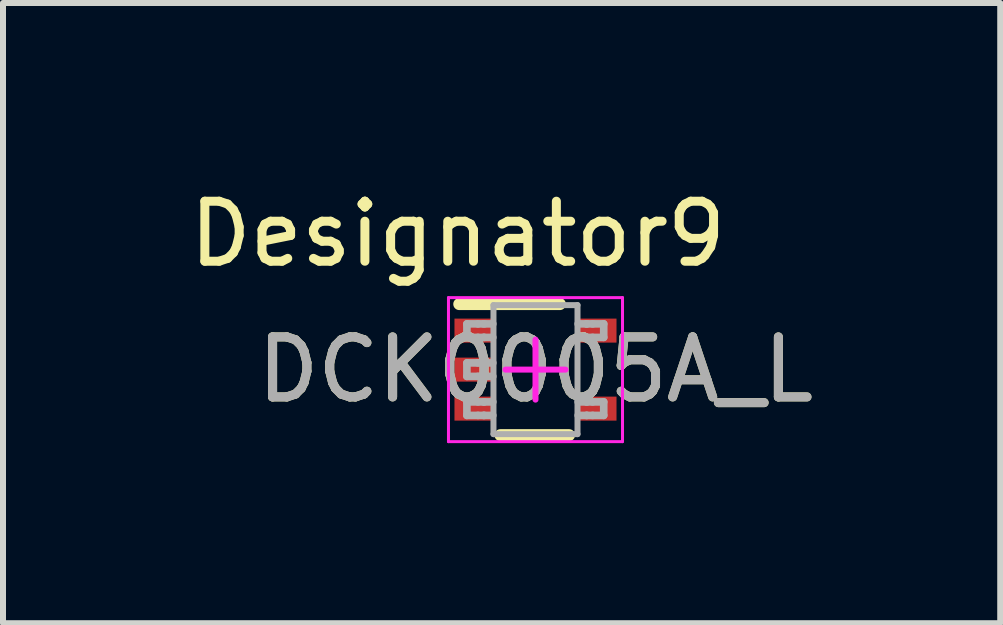
<source format=kicad_pcb>
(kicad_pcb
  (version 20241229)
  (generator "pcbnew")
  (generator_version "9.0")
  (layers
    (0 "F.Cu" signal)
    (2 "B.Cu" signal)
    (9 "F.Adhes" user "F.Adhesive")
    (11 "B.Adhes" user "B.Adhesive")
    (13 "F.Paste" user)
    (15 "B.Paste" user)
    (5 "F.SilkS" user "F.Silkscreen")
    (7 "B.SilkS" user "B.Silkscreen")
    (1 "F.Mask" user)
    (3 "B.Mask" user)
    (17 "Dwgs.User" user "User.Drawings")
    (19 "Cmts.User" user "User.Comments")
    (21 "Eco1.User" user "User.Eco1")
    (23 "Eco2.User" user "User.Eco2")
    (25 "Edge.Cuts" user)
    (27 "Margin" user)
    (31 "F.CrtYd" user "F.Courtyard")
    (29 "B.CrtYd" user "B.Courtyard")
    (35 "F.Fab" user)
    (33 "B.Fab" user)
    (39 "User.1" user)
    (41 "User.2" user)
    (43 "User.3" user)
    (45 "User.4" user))
  (footprint "DCK0005A_L"
    (layer "F.Cu")
    (at 5.873 3.109)
    (property "Reference" "DCK0005A_L" (at 0 0 0) (unlocked yes) (layer "F.SilkS") (effects (font (size 1 1) (thickness 0.15))))
    (attr smd)
    (fp_line (start -1.27 -1.092) (end 0.406 -1.092) (stroke (width 0.2) (type solid)) (layer "F.SilkS"))
    (fp_line (start -0.584 1.092) (end 0.559 1.092) (stroke (width 0.2) (type solid)) (layer "F.SilkS"))
    (fp_line (start -1.45 -1.2) (end 1.45 -1.2) (stroke (width 0.05) (type solid)) (layer "F.CrtYd"))
    (fp_line (start -1.45 1.2) (end -1.45 -1.2) (stroke (width 0.05) (type solid)) (layer "F.CrtYd"))
    (fp_line (start -1.45 1.2) (end 1.45 1.2) (stroke (width 0.05) (type solid)) (layer "F.CrtYd"))
    (fp_line (start -0.5 0) (end 0.5 0) (stroke (width 0.1) (type solid)) (layer "F.CrtYd"))
    (fp_line (start -0.000003 0.5) (end -0.000003 -0.5) (stroke (width 0.1) (type solid)) (layer "F.CrtYd"))
    (fp_line (start 1.45 1.2) (end 1.45 -1.2) (stroke (width 0.05) (type solid)) (layer "F.CrtYd"))
    (fp_line (start -1.143 -0.762) (end -0.959 -0.762) (stroke (width 0.127) (type solid)) (layer "F.Fab"))
    (fp_line (start -1.143 -0.537) (end -1.143 -0.762) (stroke (width 0.127) (type solid)) (layer "F.Fab"))
    (fp_line (start -1.143 -0.537) (end -0.959 -0.537) (stroke (width 0.127) (type solid)) (layer "F.Fab"))
    (fp_line (start -1.143 -0.112) (end -0.959 -0.112) (stroke (width 0.127) (type solid)) (layer "F.Fab"))
    (fp_line (start -1.143 0.113) (end -1.143 -0.112) (stroke (width 0.127) (type solid)) (layer "F.Fab"))
    (fp_line (start -1.143 0.113) (end -0.959 0.113) (stroke (width 0.127) (type solid)) (layer "F.Fab"))
    (fp_line (start -1.143 0.538) (end -0.959 0.538) (stroke (width 0.127) (type solid)) (layer "F.Fab"))
    (fp_line (start -1.143 0.763) (end -1.143 0.538) (stroke (width 0.127) (type solid)) (layer "F.Fab"))
    (fp_line (start -1.143 0.763) (end -0.959 0.763) (stroke (width 0.127) (type solid)) (layer "F.Fab"))
    (fp_line (start -0.959 -0.762) (end -0.711 -0.762) (stroke (width 0.127) (type solid)) (layer "F.Fab"))
    (fp_line (start -0.959 -0.537) (end -0.865 -0.537) (stroke (width 0.127) (type solid)) (layer "F.Fab"))
    (fp_line (start -0.959 -0.112) (end -0.865 -0.112) (stroke (width 0.127) (type solid)) (layer "F.Fab"))
    (fp_line (start -0.959 0.113) (end -0.865 0.113) (stroke (width 0.127) (type solid)) (layer "F.Fab"))
    (fp_line (start -0.959 0.538) (end -0.865 0.538) (stroke (width 0.127) (type solid)) (layer "F.Fab"))
    (fp_line (start -0.959 0.763) (end -0.865 0.763) (stroke (width 0.127) (type solid)) (layer "F.Fab"))
    (fp_line (start -0.865 -0.762) (end -0.853 -0.762) (stroke (width 0.127) (type solid)) (layer "F.Fab"))
    (fp_line (start -0.865 -0.537) (end -0.853 -0.537) (stroke (width 0.127) (type solid)) (layer "F.Fab"))
    (fp_line (start -0.865 -0.112) (end -0.853 -0.112) (stroke (width 0.127) (type solid)) (layer "F.Fab"))
    (fp_line (start -0.865 0.113) (end -0.853 0.113) (stroke (width 0.127) (type solid)) (layer "F.Fab"))
    (fp_line (start -0.865 0.538) (end -0.853 0.538) (stroke (width 0.127) (type solid)) (layer "F.Fab"))
    (fp_line (start -0.865 0.763) (end -0.853 0.763) (stroke (width 0.127) (type solid)) (layer "F.Fab"))
    (fp_line (start -0.853 -0.537) (end -0.711 -0.537) (stroke (width 0.127) (type solid)) (layer "F.Fab"))
    (fp_line (start -0.853 -0.112) (end -0.711 -0.112) (stroke (width 0.127) (type solid)) (layer "F.Fab"))
    (fp_line (start -0.853 0.113) (end -0.711 0.113) (stroke (width 0.127) (type solid)) (layer "F.Fab"))
    (fp_line (start -0.853 0.538) (end -0.711 0.538) (stroke (width 0.127) (type solid)) (layer "F.Fab"))
    (fp_line (start -0.853 0.763) (end -0.711 0.763) (stroke (width 0.127) (type solid)) (layer "F.Fab"))
    (fp_line (start -0.7 -1.075) (end 0.7 -1.075) (stroke (width 0.1) (type solid)) (layer "F.Fab"))
    (fp_line (start -0.7 1.075) (end -0.7 -1.075) (stroke (width 0.1) (type solid)) (layer "F.Fab"))
    (fp_line (start -0.7 1.075) (end 0.7 1.075) (stroke (width 0.1) (type solid)) (layer "F.Fab"))
    (fp_line (start 0.7 1.075) (end 0.7 -1.075) (stroke (width 0.1) (type solid)) (layer "F.Fab"))
    (fp_line (start 0.711 -0.762) (end 0.847 -0.762) (stroke (width 0.127) (type solid)) (layer "F.Fab"))
    (fp_line (start 0.711 -0.537) (end 0.847 -0.537) (stroke (width 0.127) (type solid)) (layer "F.Fab"))
    (fp_line (start 0.711 0.538) (end 0.847 0.538) (stroke (width 0.127) (type solid)) (layer "F.Fab"))
    (fp_line (start 0.711 0.763) (end 0.847 0.763) (stroke (width 0.127) (type solid)) (layer "F.Fab"))
    (fp_line (start 0.847 -0.762) (end 0.859 -0.762) (stroke (width 0.127) (type solid)) (layer "F.Fab"))
    (fp_line (start 0.847 -0.537) (end 0.859 -0.537) (stroke (width 0.127) (type solid)) (layer "F.Fab"))
    (fp_line (start 0.847 0.538) (end 0.859 0.538) (stroke (width 0.127) (type solid)) (layer "F.Fab"))
    (fp_line (start 0.847 0.763) (end 0.859 0.763) (stroke (width 0.127) (type solid)) (layer "F.Fab"))
    (fp_line (start 0.859 -0.762) (end 0.953 -0.762) (stroke (width 0.127) (type solid)) (layer "F.Fab"))
    (fp_line (start 0.859 -0.537) (end 0.953 -0.537) (stroke (width 0.127) (type solid)) (layer "F.Fab"))
    (fp_line (start 0.859 0.538) (end 0.953 0.538) (stroke (width 0.127) (type solid)) (layer "F.Fab"))
    (fp_line (start 0.859 0.763) (end 0.953 0.763) (stroke (width 0.127) (type solid)) (layer "F.Fab"))
    (fp_line (start 0.953 -0.762) (end 1.137 -0.762) (stroke (width 0.127) (type solid)) (layer "F.Fab"))
    (fp_line (start 0.953 -0.537) (end 1.137 -0.537) (stroke (width 0.127) (type solid)) (layer "F.Fab"))
    (fp_line (start 0.953 0.538) (end 1.137 0.538) (stroke (width 0.127) (type solid)) (layer "F.Fab"))
    (fp_line (start 0.953 0.763) (end 1.137 0.763) (stroke (width 0.127) (type solid)) (layer "F.Fab"))
    (fp_line (start 1.137 -0.537) (end 1.137 -0.762) (stroke (width 0.127) (type solid)) (layer "F.Fab"))
    (fp_line (start 1.137 0.763) (end 1.137 0.538) (stroke (width 0.127) (type solid)) (layer "F.Fab"))
    (fp_text user "Designator9" (at -1.295 -2.261 0) (unlocked yes) (layer "F.SilkS") (effects (font (size 1 1) (thickness 0.15))))
    (fp_text user "${REFERENCE}" (at 0 0 0) (unlocked yes) (layer "F.Fab") (effects (font (size 1 1) (thickness 0.15))))
    (pad "1" smd rect (at -1.025 -0.65 90) (size 0.4 0.65) (layers "F.Cu" "F.Mask" "F.Paste"))
    (pad "2" smd rect (at -1.025 0 90) (size 0.4 0.65) (layers "F.Cu" "F.Mask" "F.Paste"))
    (pad "3" smd rect (at -1.025 0.65 90) (size 0.4 0.65) (layers "F.Cu" "F.Mask" "F.Paste"))
    (pad "4" smd rect (at 1.025 0.65 90) (size 0.4 0.65) (layers "F.Cu" "F.Mask" "F.Paste"))
    (pad "5" smd rect (at 1.025 -0.65 90) (size 0.4 0.65) (layers "F.Cu" "F.Mask" "F.Paste")))
  (gr_rect
    (start -3 -3)
    (end 13.617 7.334)
    (stroke (width 0.1) (type default))
    (fill no)
    (layer "Edge.Cuts")))
</source>
